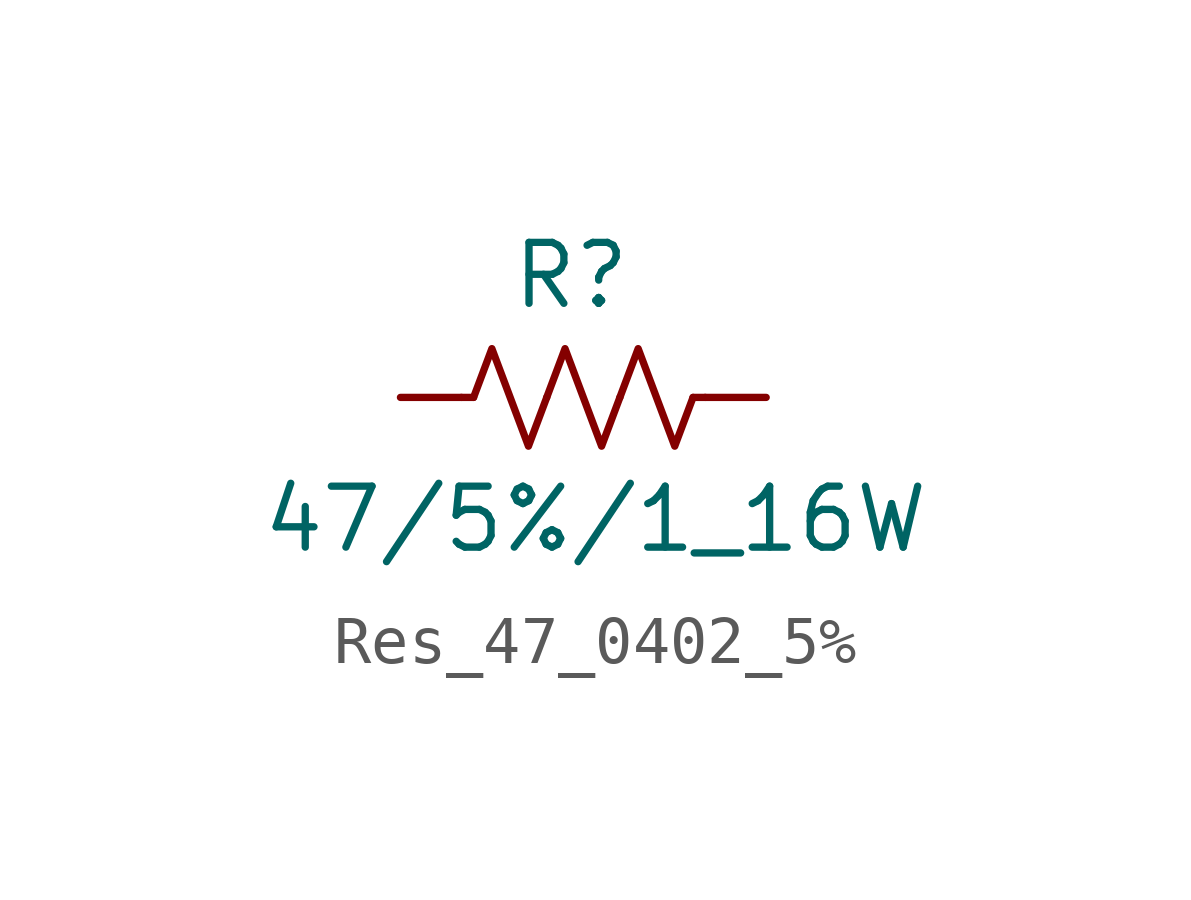
<source format=kicad_sym>
(kicad_symbol_lib
  (version 20231120)
  (generator "kicad_symbol_editor")
  (generator_version "8.0")
  (symbol "Res_47_0402_5%"
    (pin_numbers hide)
    (pin_names hide)
    (property "Reference" "R"
      (at 3.556 2.54 0)
      (effects (font (size 1.27 1.27))))
    (property "Value" "47/5%/1_16W"
      (at 4.064 -2.54 0)
      (effects (font (size 1.27 1.27))))
    (symbol "Res_47_0402_5%_0_1"
      (polyline (pts (xy 1.524 0) (xy 1.27 0)) (stroke (width 0) (type default)) (fill (type none)))
      (polyline (pts (xy 6.096 0) (xy 6.35 0)) (stroke (width 0) (type default)) (fill (type none)))
      (polyline (pts (xy 1.524 0) (xy 1.905 1.016) (xy 2.286 0) (xy 2.667 -1.016) (xy 3.048 0)) (stroke (width 0) (type default)) (fill (type none)))
      (polyline (pts (xy 3.048 0) (xy 3.429 1.016) (xy 3.81 0) (xy 4.191 -1.016) (xy 4.572 0)) (stroke (width 0) (type default)) (fill (type none)))
      (polyline (pts (xy 4.572 0) (xy 4.953 1.016) (xy 5.334 0) (xy 5.715 -1.016) (xy 6.096 0)) (stroke (width 0) (type default)) (fill (type none))))
    (symbol "Res_47_0402_5%_1_1"
      (pin passive line (at 0 0 0) (length 1.27) (name "~" (effects (font (size 1.27 1.27)))) (number "1" (effects (font (size 1.27 1.27)))))
      (pin passive line (at 7.62 0 180) (length 1.27) (name "~" (effects (font (size 1.27 1.27)))) (number "2" (effects (font (size 1.27 1.27))))))))
</source>
